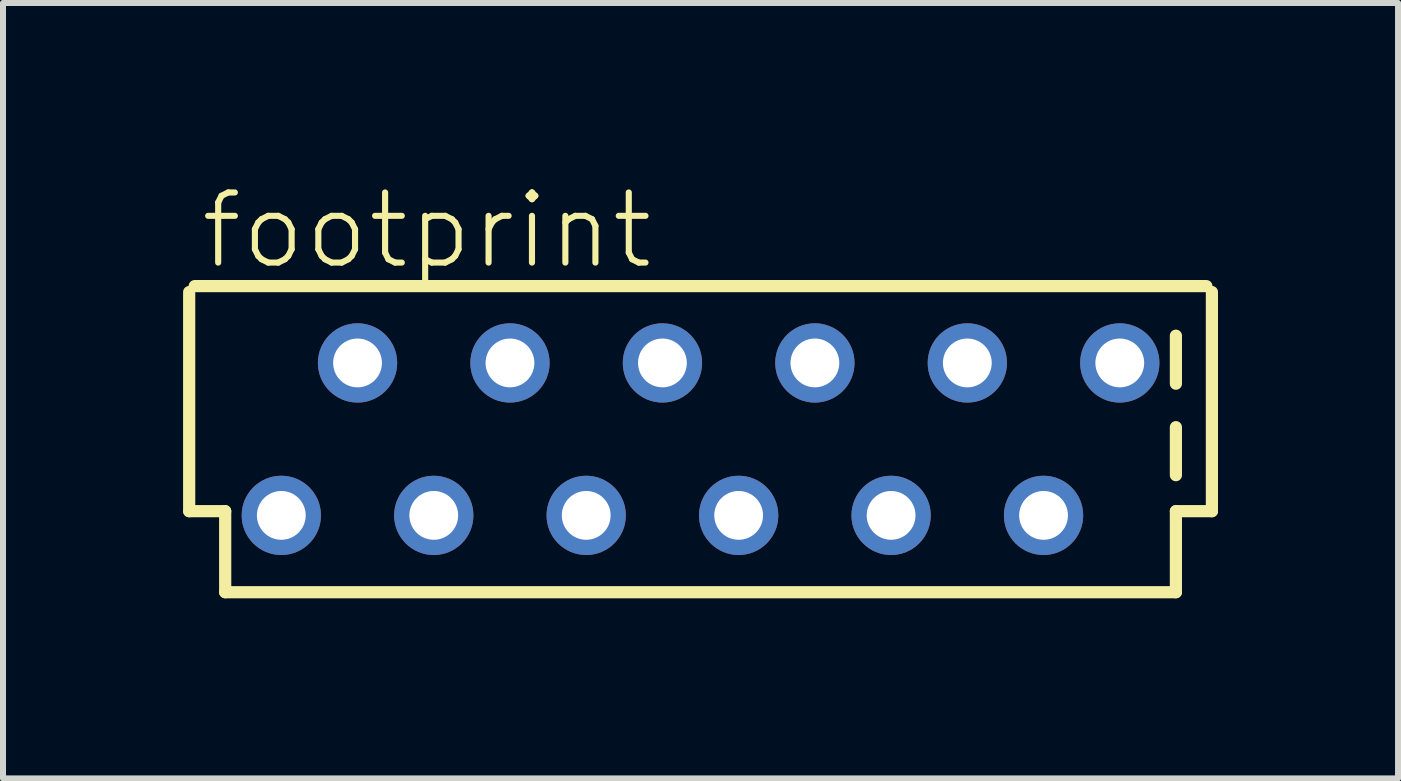
<source format=kicad_pcb>
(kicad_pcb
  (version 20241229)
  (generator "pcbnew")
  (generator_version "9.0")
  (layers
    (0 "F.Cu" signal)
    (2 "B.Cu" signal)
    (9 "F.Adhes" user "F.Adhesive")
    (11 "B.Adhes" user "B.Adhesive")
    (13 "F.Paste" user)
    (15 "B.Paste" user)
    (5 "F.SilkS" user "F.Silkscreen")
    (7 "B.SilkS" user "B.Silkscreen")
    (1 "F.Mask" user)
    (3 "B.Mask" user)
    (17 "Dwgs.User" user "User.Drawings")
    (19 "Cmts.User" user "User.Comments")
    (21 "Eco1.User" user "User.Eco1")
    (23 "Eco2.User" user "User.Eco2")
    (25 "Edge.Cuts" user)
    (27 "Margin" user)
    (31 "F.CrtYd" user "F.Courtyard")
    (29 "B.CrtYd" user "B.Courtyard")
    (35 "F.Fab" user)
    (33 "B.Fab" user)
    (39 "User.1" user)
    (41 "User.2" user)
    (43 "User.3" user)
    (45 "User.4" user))
  (footprint "footprint"
    (layer "F.Cu")
    (at 8.622 4.267)
    (property "Reference" "footprint" (at -8.382 -2.794 0) (layer "F.SilkS") (effects (font (size 1.168 1.168) (thickness 0.102)) (justify left bottom)))
    (fp_line (start -8.52 -2.451) (end -8.52 1.2) (stroke (width 0.203) (type solid)) (layer "F.SilkS"))
    (fp_line (start -8.52 1.2) (end -7.92 1.2) (stroke (width 0.203) (type solid)) (layer "F.SilkS"))
    (fp_line (start -7.92 1.2) (end -7.92 2.55) (stroke (width 0.203) (type solid)) (layer "F.SilkS"))
    (fp_line (start -7.92 2.55) (end 7.92 2.55) (stroke (width 0.203) (type solid)) (layer "F.SilkS"))
    (fp_line (start 7.92 -1.724) (end 7.92 -0.924) (stroke (width 0.203) (type solid)) (layer "F.SilkS"))
    (fp_line (start 7.92 -0.2) (end 7.92 0.6) (stroke (width 0.203) (type solid)) (layer "F.SilkS"))
    (fp_line (start 7.92 1.2) (end 8.52 1.2) (stroke (width 0.203) (type solid)) (layer "F.SilkS"))
    (fp_line (start 7.92 2.55) (end 7.92 1.2) (stroke (width 0.203) (type solid)) (layer "F.SilkS"))
    (fp_line (start 8.428 -2.55) (end -8.428 -2.55) (stroke (width 0.203) (type solid)) (layer "F.SilkS"))
    (fp_line (start 8.52 1.2) (end 8.52 -2.451) (stroke (width 0.203) (type solid)) (layer "F.SilkS"))
    (pad "1" thru_hole circle (at -6.985 1.27) (size 1.321 1.321) (drill 0.813) (layers "*.Cu" "*.Mask"))
    (pad "2" thru_hole circle (at -5.715 -1.27) (size 1.321 1.321) (drill 0.813) (layers "*.Cu" "*.Mask"))
    (pad "3" thru_hole circle (at -4.445 1.27) (size 1.321 1.321) (drill 0.813) (layers "*.Cu" "*.Mask"))
    (pad "4" thru_hole circle (at -3.175 -1.27) (size 1.321 1.321) (drill 0.813) (layers "*.Cu" "*.Mask"))
    (pad "5" thru_hole circle (at -1.905 1.27) (size 1.321 1.321) (drill 0.813) (layers "*.Cu" "*.Mask"))
    (pad "6" thru_hole circle (at -0.635 -1.27) (size 1.321 1.321) (drill 0.813) (layers "*.Cu" "*.Mask"))
    (pad "7" thru_hole circle (at 0.635 1.27) (size 1.321 1.321) (drill 0.813) (layers "*.Cu" "*.Mask"))
    (pad "8" thru_hole circle (at 1.905 -1.27) (size 1.321 1.321) (drill 0.813) (layers "*.Cu" "*.Mask"))
    (pad "9" thru_hole circle (at 3.175 1.27) (size 1.321 1.321) (drill 0.813) (layers "*.Cu" "*.Mask"))
    (pad "10" thru_hole circle (at 4.445 -1.27) (size 1.321 1.321) (drill 0.813) (layers "*.Cu" "*.Mask"))
    (pad "11" thru_hole circle (at 5.715 1.27) (size 1.321 1.321) (drill 0.813) (layers "*.Cu" "*.Mask"))
    (pad "12" thru_hole circle (at 6.985 -1.27) (size 1.321 1.321) (drill 0.813) (layers "*.Cu" "*.Mask")))
  (gr_rect
    (start -3 -3)
    (end 20.243 9.919)
    (stroke (width 0.1) (type default))
    (fill no)
    (layer "Edge.Cuts")))
</source>
